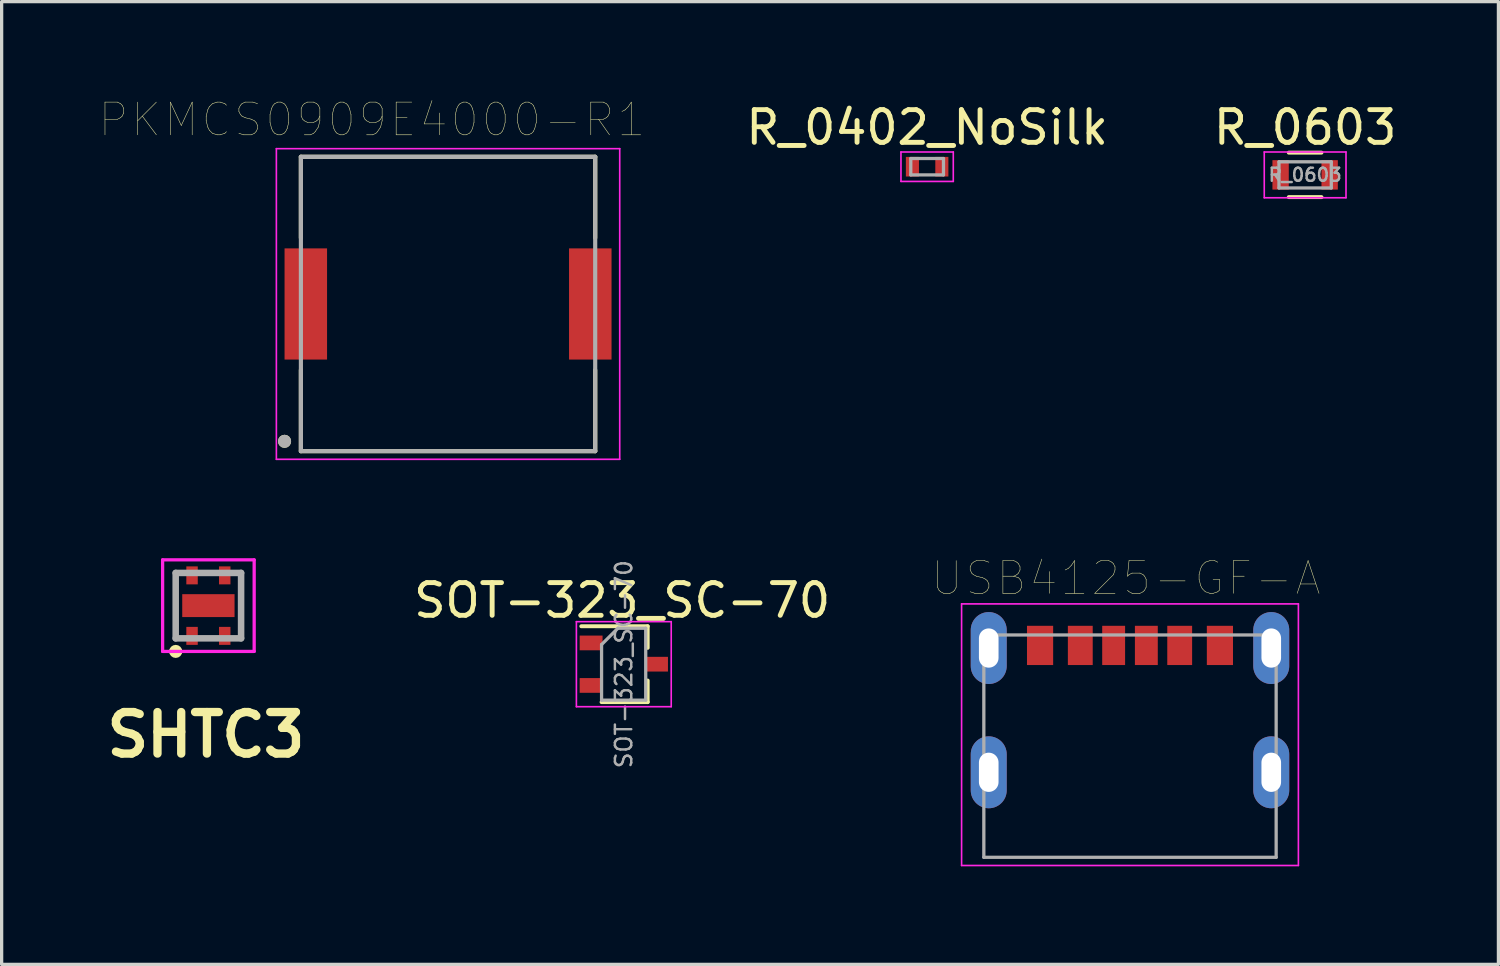
<source format=kicad_pcb>
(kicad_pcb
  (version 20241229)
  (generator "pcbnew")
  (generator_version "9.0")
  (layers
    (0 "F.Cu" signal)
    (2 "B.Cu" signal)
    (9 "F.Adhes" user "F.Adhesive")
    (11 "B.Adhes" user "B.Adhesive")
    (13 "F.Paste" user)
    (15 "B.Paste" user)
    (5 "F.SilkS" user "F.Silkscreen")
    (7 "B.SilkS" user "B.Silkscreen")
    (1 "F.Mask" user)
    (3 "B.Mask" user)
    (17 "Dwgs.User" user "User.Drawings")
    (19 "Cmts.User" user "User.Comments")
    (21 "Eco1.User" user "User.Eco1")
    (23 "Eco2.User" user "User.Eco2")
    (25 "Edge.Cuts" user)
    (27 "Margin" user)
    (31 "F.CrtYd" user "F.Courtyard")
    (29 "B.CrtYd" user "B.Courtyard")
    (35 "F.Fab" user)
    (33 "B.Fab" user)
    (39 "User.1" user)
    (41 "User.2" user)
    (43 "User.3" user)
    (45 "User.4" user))
  (footprint "SHTC3"
    (layer "F.Cu")
    (at 3.323 15.871)
    (property "Reference" "SHTC3" (at -0.075 3.55 0) (layer "F.SilkS") (effects (font (size 1.27 1.27) (thickness 0.254))))
    (attr smd)
    (fp_line (start -1.1 1) (end -1.1 1) (stroke (width 0.2) (type solid)) (layer "F.SilkS"))
    (fp_line (start -1 -1.4) (end -1 0.6) (stroke (width 0.1) (type solid)) (layer "F.SilkS"))
    (fp_line (start -0.9 1) (end -0.9 1) (stroke (width 0.2) (type solid)) (layer "F.SilkS"))
    (fp_line (start -0.8 -1.4) (end -1 -1.4) (stroke (width 0.1) (type solid)) (layer "F.SilkS"))
    (fp_line (start -0.8 0.6) (end -1 0.6) (stroke (width 0.1) (type solid)) (layer "F.SilkS"))
    (fp_line (start 1 -1.4) (end 0.8 -1.4) (stroke (width 0.1) (type solid)) (layer "F.SilkS"))
    (fp_line (start 1 0.6) (end 0.8 0.6) (stroke (width 0.1) (type solid)) (layer "F.SilkS"))
    (fp_line (start 1 0.6) (end 1 -1.4) (stroke (width 0.1) (type solid)) (layer "F.SilkS"))
    (fp_arc (start -1.1 1) (mid -1 0.9) (end -0.9 1) (stroke (width 0.2) (type solid)) (layer "F.SilkS"))
    (fp_arc (start -0.9 1) (mid -1 1.1) (end -1.1 1) (stroke (width 0.2) (type solid)) (layer "F.SilkS"))
    (fp_line (start -1.4 -1.8) (end 1.4 -1.8) (stroke (width 0.1) (type solid)) (layer "F.CrtYd"))
    (fp_line (start -1.4 1) (end -1.4 -1.8) (stroke (width 0.1) (type solid)) (layer "F.CrtYd"))
    (fp_line (start 1.4 -1.8) (end 1.4 1) (stroke (width 0.1) (type solid)) (layer "F.CrtYd"))
    (fp_line (start 1.4 1) (end -1.4 1) (stroke (width 0.1) (type solid)) (layer "F.CrtYd"))
    (fp_line (start -1 -1.4) (end 1 -1.4) (stroke (width 0.2) (type solid)) (layer "F.Fab"))
    (fp_line (start -1 0.6) (end -1 -1.4) (stroke (width 0.2) (type solid)) (layer "F.Fab"))
    (fp_line (start 1 -1.4) (end 1 0.6) (stroke (width 0.2) (type solid)) (layer "F.Fab"))
    (fp_line (start 1 0.6) (end -1 0.6) (stroke (width 0.2) (type solid)) (layer "F.Fab"))
    (pad "1" smd rect (at -0.5 0.525) (size 0.35 0.55) (layers "F.Cu" "F.Mask" "F.Paste"))
    (pad "2" smd rect (at 0.5 0.525) (size 0.35 0.55) (layers "F.Cu" "F.Mask" "F.Paste"))
    (pad "3" smd rect (at 0.5 -1.325) (size 0.35 0.55) (layers "F.Cu" "F.Mask" "F.Paste"))
    (pad "4" smd rect (at -0.5 -1.325) (size 0.35 0.55) (layers "F.Cu" "F.Mask" "F.Paste"))
    (pad "5" smd rect (at 0 -0.4 90) (size 0.7 1.6) (layers "F.Cu" "F.Mask" "F.Paste")))
  (footprint "PKMCS0909E4000-R1"
    (layer "F.Cu")
    (at 10.652 6.246)
    (property "Reference" "PKMCS0909E4000-R1" (at -2.325 -5.635 0) (layer "F.SilkS") (effects (font (size 1 1) (thickness 0.015))))
    (attr through_hole)
    (fp_line (start -4.5 -4.5) (end 4.5 -4.5) (stroke (width 0.127) (type solid)) (layer "F.SilkS"))
    (fp_line (start -4.5 -2.02) (end -4.5 -4.5) (stroke (width 0.127) (type solid)) (layer "F.SilkS"))
    (fp_line (start -4.5 4.5) (end -4.5 2.02) (stroke (width 0.127) (type solid)) (layer "F.SilkS"))
    (fp_line (start 4.5 -4.5) (end 4.5 -2.02) (stroke (width 0.127) (type solid)) (layer "F.SilkS"))
    (fp_line (start 4.5 2.02) (end 4.5 4.5) (stroke (width 0.127) (type solid)) (layer "F.SilkS"))
    (fp_line (start 4.5 4.5) (end -4.5 4.5) (stroke (width 0.127) (type solid)) (layer "F.SilkS"))
    (fp_circle (center -5 4.2) (end -4.9 4.2) (stroke (width 0.2) (type solid)) (fill no) (layer "F.SilkS"))
    (fp_line (start -5.25 -4.75) (end -5.25 4.75) (stroke (width 0.05) (type solid)) (layer "F.CrtYd"))
    (fp_line (start -5.25 4.75) (end 5.25 4.75) (stroke (width 0.05) (type solid)) (layer "F.CrtYd"))
    (fp_line (start 5.25 -4.75) (end -5.25 -4.75) (stroke (width 0.05) (type solid)) (layer "F.CrtYd"))
    (fp_line (start 5.25 4.75) (end 5.25 -4.75) (stroke (width 0.05) (type solid)) (layer "F.CrtYd"))
    (fp_line (start -4.5 -4.5) (end 4.5 -4.5) (stroke (width 0.127) (type solid)) (layer "F.Fab"))
    (fp_line (start -4.5 4.5) (end -4.5 -4.5) (stroke (width 0.127) (type solid)) (layer "F.Fab"))
    (fp_line (start 4.5 -4.5) (end 4.5 4.5) (stroke (width 0.127) (type solid)) (layer "F.Fab"))
    (fp_line (start 4.5 4.5) (end -4.5 4.5) (stroke (width 0.127) (type solid)) (layer "F.Fab"))
    (fp_circle (center -5 4.2) (end -4.9 4.2) (stroke (width 0.2) (type solid)) (fill no) (layer "F.Fab"))
    (pad "1" smd rect (at -4.35 0) (size 1.3 3.4) (layers "F.Cu" "F.Mask" "F.Paste"))
    (pad "2" smd rect (at 4.35 0) (size 1.3 3.4) (layers "F.Cu" "F.Mask" "F.Paste")))
  (footprint "USB4125-GF-A"
    (layer "F.Cu")
    (at 31.507 16.768)
    (property "Reference" "USB4125-GF-A" (at -0.125 -2.135 0) (layer "F.SilkS") (effects (font (size 1 1) (thickness 0.015))))
    (attr through_hole)
    (fp_line (start -5.15 -1.35) (end 5.15 -1.35) (stroke (width 0.05) (type solid)) (layer "F.CrtYd"))
    (fp_line (start -5.15 6.65) (end -5.15 -1.35) (stroke (width 0.05) (type solid)) (layer "F.CrtYd"))
    (fp_line (start 5.15 -1.35) (end 5.15 6.65) (stroke (width 0.05) (type solid)) (layer "F.CrtYd"))
    (fp_line (start 5.15 6.65) (end -5.15 6.65) (stroke (width 0.05) (type solid)) (layer "F.CrtYd"))
    (fp_line (start -4.47 -0.4) (end 4.47 -0.4) (stroke (width 0.1) (type solid)) (layer "F.Fab"))
    (fp_line (start -4.47 6.4) (end -4.47 -0.4) (stroke (width 0.1) (type solid)) (layer "F.Fab"))
    (fp_line (start 4.47 -0.4) (end 4.47 6.4) (stroke (width 0.1) (type solid)) (layer "F.Fab"))
    (fp_line (start 4.47 6.4) (end -4.47 6.4) (stroke (width 0.1) (type solid)) (layer "F.Fab"))
    (pad "A5" smd rect (at -0.5 -0.08) (size 0.7 1.2) (layers "F.Cu" "F.Mask" "F.Paste"))
    (pad "A9" smd rect (at 1.52 -0.08) (size 0.76 1.2) (layers "F.Cu" "F.Mask" "F.Paste"))
    (pad "A12" smd rect (at 2.75 -0.08) (size 0.8 1.2) (layers "F.Cu" "F.Mask" "F.Paste"))
    (pad "B5" smd rect (at 0.5 -0.08) (size 0.7 1.2) (layers "F.Cu" "F.Mask" "F.Paste"))
    (pad "B9" smd rect (at -1.52 -0.08) (size 0.76 1.2) (layers "F.Cu" "F.Mask" "F.Paste"))
    (pad "B12" smd rect (at -2.75 -0.08) (size 0.8 1.2) (layers "F.Cu" "F.Mask" "F.Paste"))
    (pad "S1" thru_hole oval (at -4.32 0) (size 1.1 2.2) (drill oval 0.6 1.2) (layers "*.Cu" "*.Mask"))
    (pad "S2" thru_hole oval (at 4.32 0) (size 1.1 2.2) (drill oval 0.6 1.2) (layers "*.Cu" "*.Mask"))
    (pad "S3" thru_hole oval (at -4.32 3.8) (size 1.1 2.2) (drill oval 0.6 1.2) (layers "*.Cu" "*.Mask"))
    (pad "S4" thru_hole oval (at 4.32 3.8) (size 1.1 2.2) (drill oval 0.6 1.2) (layers "*.Cu" "*.Mask")))
  (footprint "SOT-323_SC-70"
    (layer "F.Cu")
    (at 16.027 17.262)
    (property "Reference" "SOT-323_SC-70" (at -0.05 -1.95 0) (layer "F.SilkS") (effects (font (size 1 1) (thickness 0.15))))
    (attr smd)
    (fp_line (start -0.68 1.16) (end 0.73 1.16) (stroke (width 0.12) (type solid)) (layer "F.SilkS"))
    (fp_line (start 0.73 -1.16) (end -1.3 -1.16) (stroke (width 0.12) (type solid)) (layer "F.SilkS"))
    (fp_line (start 0.73 -1.16) (end 0.73 -0.5) (stroke (width 0.12) (type solid)) (layer "F.SilkS"))
    (fp_line (start 0.73 0.5) (end 0.73 1.16) (stroke (width 0.12) (type solid)) (layer "F.SilkS"))
    (fp_line (start -1.45 -1.3) (end 1.45 -1.3) (stroke (width 0.05) (type solid)) (layer "F.CrtYd"))
    (fp_line (start -1.45 1.3) (end -1.45 -1.3) (stroke (width 0.05) (type solid)) (layer "F.CrtYd"))
    (fp_line (start 1.45 -1.3) (end 1.45 1.3) (stroke (width 0.05) (type solid)) (layer "F.CrtYd"))
    (fp_line (start 1.45 1.3) (end -1.45 1.3) (stroke (width 0.05) (type solid)) (layer "F.CrtYd"))
    (fp_line (start -0.68 -0.6) (end -0.68 1.1) (stroke (width 0.1) (type solid)) (layer "F.Fab"))
    (fp_line (start -0.18 -1.1) (end -0.68 -0.6) (stroke (width 0.1) (type solid)) (layer "F.Fab"))
    (fp_line (start 0.67 -1.1) (end -0.18 -1.1) (stroke (width 0.1) (type solid)) (layer "F.Fab"))
    (fp_line (start 0.67 -1.1) (end 0.67 1.1) (stroke (width 0.1) (type solid)) (layer "F.Fab"))
    (fp_line (start 0.67 1.1) (end -0.68 1.1) (stroke (width 0.1) (type solid)) (layer "F.Fab"))
    (fp_text user "${REFERENCE}" (at 0 0 90) (layer "F.Fab") (effects (font (size 0.5 0.5) (thickness 0.075))))
    (pad "1" smd rect (at -1 -0.65 270) (size 0.45 0.7) (layers "F.Cu" "F.Mask" "F.Paste"))
    (pad "2" smd rect (at -1 0.65 270) (size 0.45 0.7) (layers "F.Cu" "F.Mask" "F.Paste"))
    (pad "3" smd rect (at 1 0 270) (size 0.45 0.7) (layers "F.Cu" "F.Mask" "F.Paste")))
  (footprint "R_0603"
    (layer "F.Cu")
    (at 36.863 2.298)
    (property "Reference" "R_0603" (at 0 -1.45 0) (layer "F.SilkS") (effects (font (size 1 1) (thickness 0.15))))
    (attr smd)
    (fp_line (start -0.5 -0.68) (end 0.5 -0.68) (stroke (width 0.12) (type solid)) (layer "F.SilkS"))
    (fp_line (start 0.5 0.68) (end -0.5 0.68) (stroke (width 0.12) (type solid)) (layer "F.SilkS"))
    (fp_line (start -1.25 -0.7) (end -1.25 0.7) (stroke (width 0.05) (type solid)) (layer "F.CrtYd"))
    (fp_line (start -1.25 -0.7) (end 1.25 -0.7) (stroke (width 0.05) (type solid)) (layer "F.CrtYd"))
    (fp_line (start 1.25 0.7) (end -1.25 0.7) (stroke (width 0.05) (type solid)) (layer "F.CrtYd"))
    (fp_line (start 1.25 0.7) (end 1.25 -0.7) (stroke (width 0.05) (type solid)) (layer "F.CrtYd"))
    (fp_line (start -0.8 -0.4) (end 0.8 -0.4) (stroke (width 0.1) (type solid)) (layer "F.Fab"))
    (fp_line (start -0.8 0.4) (end -0.8 -0.4) (stroke (width 0.1) (type solid)) (layer "F.Fab"))
    (fp_line (start 0.8 -0.4) (end 0.8 0.4) (stroke (width 0.1) (type solid)) (layer "F.Fab"))
    (fp_line (start 0.8 0.4) (end -0.8 0.4) (stroke (width 0.1) (type solid)) (layer "F.Fab"))
    (fp_text user "${REFERENCE}" (at 0 0 0) (layer "F.Fab") (effects (font (size 0.4 0.4) (thickness 0.075))))
    (pad "1" smd rect (at -0.75 0) (size 0.5 0.9) (layers "F.Cu" "F.Mask" "F.Paste"))
    (pad "2" smd rect (at 0.75 0) (size 0.5 0.9) (layers "F.Cu" "F.Mask" "F.Paste")))
  (footprint "R_0402_NoSilk"
    (layer "F.Cu")
    (at 25.303 2.048)
    (property "Reference" "R_0402_NoSilk" (at 0 -1.2 0) (layer "F.SilkS") (effects (font (size 1 1) (thickness 0.15))))
    (attr smd)
    (fp_line (start -0.8 -0.45) (end -0.8 0.45) (stroke (width 0.05) (type solid)) (layer "F.CrtYd"))
    (fp_line (start -0.8 -0.45) (end 0.8 -0.45) (stroke (width 0.05) (type solid)) (layer "F.CrtYd"))
    (fp_line (start 0.8 0.45) (end -0.8 0.45) (stroke (width 0.05) (type solid)) (layer "F.CrtYd"))
    (fp_line (start 0.8 0.45) (end 0.8 -0.45) (stroke (width 0.05) (type solid)) (layer "F.CrtYd"))
    (fp_line (start -0.5 -0.25) (end 0.5 -0.25) (stroke (width 0.1) (type solid)) (layer "F.Fab"))
    (fp_line (start -0.5 0.25) (end -0.5 -0.25) (stroke (width 0.1) (type solid)) (layer "F.Fab"))
    (fp_line (start 0.5 -0.25) (end 0.5 0.25) (stroke (width 0.1) (type solid)) (layer "F.Fab"))
    (fp_line (start 0.5 0.25) (end -0.5 0.25) (stroke (width 0.1) (type solid)) (layer "F.Fab"))
    (pad "1" smd rect (at -0.45 0) (size 0.4 0.6) (layers "F.Cu" "F.Mask" "F.Paste"))
    (pad "2" smd rect (at 0.45 0) (size 0.4 0.6) (layers "F.Cu" "F.Mask" "F.Paste")))
  (gr_rect
    (start -3 -3)
    (end 42.774 26.443)
    (stroke (width 0.1) (type default))
    (fill no)
    (layer "Edge.Cuts")))
</source>
